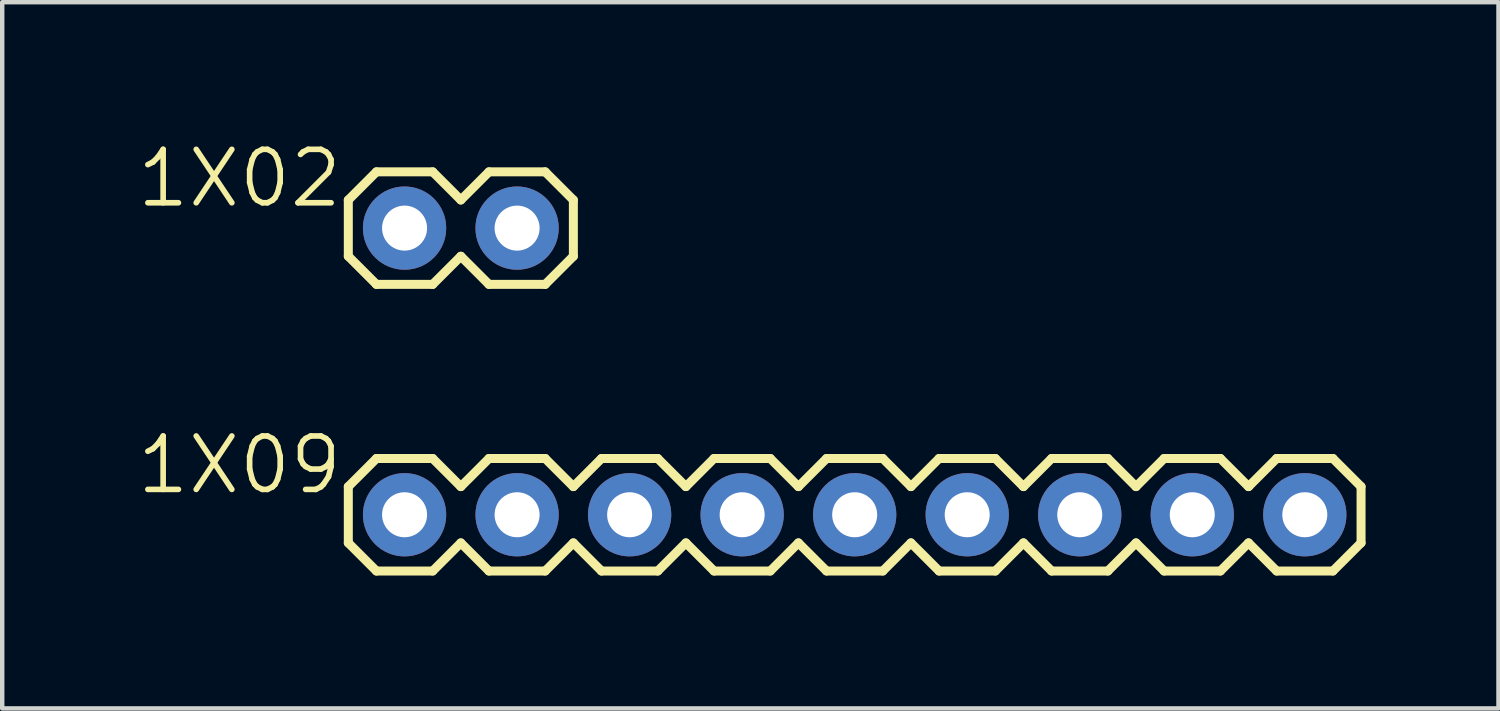
<source format=kicad_pcb>
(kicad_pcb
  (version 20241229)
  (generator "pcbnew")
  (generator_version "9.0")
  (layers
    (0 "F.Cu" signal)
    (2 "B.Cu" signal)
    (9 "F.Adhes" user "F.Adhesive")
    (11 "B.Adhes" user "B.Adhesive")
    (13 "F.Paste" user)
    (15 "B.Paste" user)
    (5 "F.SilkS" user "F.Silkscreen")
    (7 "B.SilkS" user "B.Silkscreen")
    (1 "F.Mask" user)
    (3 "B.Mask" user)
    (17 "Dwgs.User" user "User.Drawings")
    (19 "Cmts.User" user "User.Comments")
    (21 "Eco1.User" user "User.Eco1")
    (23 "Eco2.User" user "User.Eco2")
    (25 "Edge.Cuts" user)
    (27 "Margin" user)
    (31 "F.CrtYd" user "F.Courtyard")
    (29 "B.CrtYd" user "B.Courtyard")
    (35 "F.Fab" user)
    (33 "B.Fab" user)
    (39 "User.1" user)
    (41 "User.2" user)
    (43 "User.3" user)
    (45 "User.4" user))
  (footprint "1X09"
    (layer "F.Cu")
    (at 6.082 8.569)
    (property "Reference" "1X09" (at -1.346 -1.829 0) (layer "F.SilkS") (effects (font (size 1.206 1.206) (thickness 0.127)) (justify right top)))
    (attr through_hole)
    (fp_line (start -1.27 -0.635) (end -1.27 0.635) (stroke (width 0.203) (type solid)) (layer "F.SilkS"))
    (fp_line (start -1.27 0.635) (end -0.635 1.27) (stroke (width 0.203) (type solid)) (layer "F.SilkS"))
    (fp_line (start -0.635 -1.27) (end -1.27 -0.635) (stroke (width 0.203) (type solid)) (layer "F.SilkS"))
    (fp_line (start -0.635 -1.27) (end 0.635 -1.27) (stroke (width 0.203) (type solid)) (layer "F.SilkS"))
    (fp_line (start 0.635 -1.27) (end 1.27 -0.635) (stroke (width 0.203) (type solid)) (layer "F.SilkS"))
    (fp_line (start 0.635 1.27) (end -0.635 1.27) (stroke (width 0.203) (type solid)) (layer "F.SilkS"))
    (fp_line (start 1.27 -0.635) (end 1.905 -1.27) (stroke (width 0.203) (type solid)) (layer "F.SilkS"))
    (fp_line (start 1.27 0.635) (end 0.635 1.27) (stroke (width 0.203) (type solid)) (layer "F.SilkS"))
    (fp_line (start 1.905 -1.27) (end 3.175 -1.27) (stroke (width 0.203) (type solid)) (layer "F.SilkS"))
    (fp_line (start 1.905 1.27) (end 1.27 0.635) (stroke (width 0.203) (type solid)) (layer "F.SilkS"))
    (fp_line (start 3.175 -1.27) (end 3.81 -0.635) (stroke (width 0.203) (type solid)) (layer "F.SilkS"))
    (fp_line (start 3.175 1.27) (end 1.905 1.27) (stroke (width 0.203) (type solid)) (layer "F.SilkS"))
    (fp_line (start 3.81 -0.635) (end 4.445 -1.27) (stroke (width 0.203) (type solid)) (layer "F.SilkS"))
    (fp_line (start 3.81 0.635) (end 3.175 1.27) (stroke (width 0.203) (type solid)) (layer "F.SilkS"))
    (fp_line (start 4.445 -1.27) (end 5.715 -1.27) (stroke (width 0.203) (type solid)) (layer "F.SilkS"))
    (fp_line (start 4.445 1.27) (end 3.81 0.635) (stroke (width 0.203) (type solid)) (layer "F.SilkS"))
    (fp_line (start 5.715 -1.27) (end 6.35 -0.635) (stroke (width 0.203) (type solid)) (layer "F.SilkS"))
    (fp_line (start 5.715 1.27) (end 4.445 1.27) (stroke (width 0.203) (type solid)) (layer "F.SilkS"))
    (fp_line (start 6.35 0.635) (end 5.715 1.27) (stroke (width 0.203) (type solid)) (layer "F.SilkS"))
    (fp_line (start 6.35 0.635) (end 6.985 1.27) (stroke (width 0.203) (type solid)) (layer "F.SilkS"))
    (fp_line (start 6.985 -1.27) (end 6.35 -0.635) (stroke (width 0.203) (type solid)) (layer "F.SilkS"))
    (fp_line (start 6.985 -1.27) (end 8.255 -1.27) (stroke (width 0.203) (type solid)) (layer "F.SilkS"))
    (fp_line (start 8.255 -1.27) (end 8.89 -0.635) (stroke (width 0.203) (type solid)) (layer "F.SilkS"))
    (fp_line (start 8.255 1.27) (end 6.985 1.27) (stroke (width 0.203) (type solid)) (layer "F.SilkS"))
    (fp_line (start 8.89 -0.635) (end 9.525 -1.27) (stroke (width 0.203) (type solid)) (layer "F.SilkS"))
    (fp_line (start 8.89 0.635) (end 8.255 1.27) (stroke (width 0.203) (type solid)) (layer "F.SilkS"))
    (fp_line (start 9.525 -1.27) (end 10.795 -1.27) (stroke (width 0.203) (type solid)) (layer "F.SilkS"))
    (fp_line (start 9.525 1.27) (end 8.89 0.635) (stroke (width 0.203) (type solid)) (layer "F.SilkS"))
    (fp_line (start 10.795 -1.27) (end 11.43 -0.635) (stroke (width 0.203) (type solid)) (layer "F.SilkS"))
    (fp_line (start 10.795 1.27) (end 9.525 1.27) (stroke (width 0.203) (type solid)) (layer "F.SilkS"))
    (fp_line (start 11.43 -0.635) (end 12.065 -1.27) (stroke (width 0.203) (type solid)) (layer "F.SilkS"))
    (fp_line (start 11.43 0.635) (end 10.795 1.27) (stroke (width 0.203) (type solid)) (layer "F.SilkS"))
    (fp_line (start 12.065 -1.27) (end 13.335 -1.27) (stroke (width 0.203) (type solid)) (layer "F.SilkS"))
    (fp_line (start 12.065 1.27) (end 11.43 0.635) (stroke (width 0.203) (type solid)) (layer "F.SilkS"))
    (fp_line (start 13.335 -1.27) (end 13.97 -0.635) (stroke (width 0.203) (type solid)) (layer "F.SilkS"))
    (fp_line (start 13.335 1.27) (end 12.065 1.27) (stroke (width 0.203) (type solid)) (layer "F.SilkS"))
    (fp_line (start 13.97 0.635) (end 13.335 1.27) (stroke (width 0.203) (type solid)) (layer "F.SilkS"))
    (fp_line (start 13.97 0.635) (end 14.605 1.27) (stroke (width 0.203) (type solid)) (layer "F.SilkS"))
    (fp_line (start 14.605 -1.27) (end 13.97 -0.635) (stroke (width 0.203) (type solid)) (layer "F.SilkS"))
    (fp_line (start 14.605 -1.27) (end 15.875 -1.27) (stroke (width 0.203) (type solid)) (layer "F.SilkS"))
    (fp_line (start 15.875 -1.27) (end 16.51 -0.635) (stroke (width 0.203) (type solid)) (layer "F.SilkS"))
    (fp_line (start 15.875 1.27) (end 14.605 1.27) (stroke (width 0.203) (type solid)) (layer "F.SilkS"))
    (fp_line (start 16.51 0.635) (end 15.875 1.27) (stroke (width 0.203) (type solid)) (layer "F.SilkS"))
    (fp_line (start 16.51 0.635) (end 17.145 1.27) (stroke (width 0.203) (type solid)) (layer "F.SilkS"))
    (fp_line (start 17.145 -1.27) (end 16.51 -0.635) (stroke (width 0.203) (type solid)) (layer "F.SilkS"))
    (fp_line (start 17.145 -1.27) (end 18.415 -1.27) (stroke (width 0.203) (type solid)) (layer "F.SilkS"))
    (fp_line (start 18.415 -1.27) (end 19.05 -0.635) (stroke (width 0.203) (type solid)) (layer "F.SilkS"))
    (fp_line (start 18.415 1.27) (end 17.145 1.27) (stroke (width 0.203) (type solid)) (layer "F.SilkS"))
    (fp_line (start 19.05 0.635) (end 18.415 1.27) (stroke (width 0.203) (type solid)) (layer "F.SilkS"))
    (fp_line (start 19.05 0.635) (end 19.685 1.27) (stroke (width 0.203) (type solid)) (layer "F.SilkS"))
    (fp_line (start 19.685 -1.27) (end 19.05 -0.635) (stroke (width 0.203) (type solid)) (layer "F.SilkS"))
    (fp_line (start 19.685 -1.27) (end 20.955 -1.27) (stroke (width 0.203) (type solid)) (layer "F.SilkS"))
    (fp_line (start 20.955 -1.27) (end 21.59 -0.635) (stroke (width 0.203) (type solid)) (layer "F.SilkS"))
    (fp_line (start 20.955 1.27) (end 19.685 1.27) (stroke (width 0.203) (type solid)) (layer "F.SilkS"))
    (fp_line (start 21.59 -0.635) (end 21.59 0.635) (stroke (width 0.203) (type solid)) (layer "F.SilkS"))
    (fp_line (start 21.59 0.635) (end 20.955 1.27) (stroke (width 0.203) (type solid)) (layer "F.SilkS"))
    (fp_poly (pts (xy -0.254 0.254) (xy 0.254 0.254) (xy 0.254 -0.254) (xy -0.254 -0.254)) (stroke (width 0.1) (type solid)) (fill no) (layer "F.Fab"))
    (fp_poly (pts (xy 2.286 0.254) (xy 2.794 0.254) (xy 2.794 -0.254) (xy 2.286 -0.254)) (stroke (width 0.1) (type solid)) (fill no) (layer "F.Fab"))
    (fp_poly (pts (xy 4.826 0.254) (xy 5.334 0.254) (xy 5.334 -0.254) (xy 4.826 -0.254)) (stroke (width 0.1) (type solid)) (fill no) (layer "F.Fab"))
    (fp_poly (pts (xy 7.366 0.254) (xy 7.874 0.254) (xy 7.874 -0.254) (xy 7.366 -0.254)) (stroke (width 0.1) (type solid)) (fill no) (layer "F.Fab"))
    (fp_poly (pts (xy 9.906 0.254) (xy 10.414 0.254) (xy 10.414 -0.254) (xy 9.906 -0.254)) (stroke (width 0.1) (type solid)) (fill no) (layer "F.Fab"))
    (fp_poly (pts (xy 12.446 0.254) (xy 12.954 0.254) (xy 12.954 -0.254) (xy 12.446 -0.254)) (stroke (width 0.1) (type solid)) (fill no) (layer "F.Fab"))
    (fp_poly (pts (xy 14.986 0.254) (xy 15.494 0.254) (xy 15.494 -0.254) (xy 14.986 -0.254)) (stroke (width 0.1) (type solid)) (fill no) (layer "F.Fab"))
    (fp_poly (pts (xy 17.526 0.254) (xy 18.034 0.254) (xy 18.034 -0.254) (xy 17.526 -0.254)) (stroke (width 0.1) (type solid)) (fill no) (layer "F.Fab"))
    (fp_poly (pts (xy 20.066 0.254) (xy 20.574 0.254) (xy 20.574 -0.254) (xy 20.066 -0.254)) (stroke (width 0.1) (type solid)) (fill no) (layer "F.Fab"))
    (pad "1" thru_hole circle (at 0 0 90) (size 1.88 1.88) (drill 1.016) (layers "*.Cu" "*.Mask"))
    (pad "2" thru_hole circle (at 2.54 0 90) (size 1.88 1.88) (drill 1.016) (layers "*.Cu" "*.Mask"))
    (pad "3" thru_hole circle (at 5.08 0 90) (size 1.88 1.88) (drill 1.016) (layers "*.Cu" "*.Mask"))
    (pad "4" thru_hole circle (at 7.62 0 90) (size 1.88 1.88) (drill 1.016) (layers "*.Cu" "*.Mask"))
    (pad "5" thru_hole circle (at 10.16 0 90) (size 1.88 1.88) (drill 1.016) (layers "*.Cu" "*.Mask"))
    (pad "6" thru_hole circle (at 12.7 0 90) (size 1.88 1.88) (drill 1.016) (layers "*.Cu" "*.Mask"))
    (pad "7" thru_hole circle (at 15.24 0 90) (size 1.88 1.88) (drill 1.016) (layers "*.Cu" "*.Mask"))
    (pad "8" thru_hole circle (at 17.78 0 90) (size 1.88 1.88) (drill 1.016) (layers "*.Cu" "*.Mask"))
    (pad "9" thru_hole circle (at 20.32 0 90) (size 1.88 1.88) (drill 1.016) (layers "*.Cu" "*.Mask")))
  (footprint "1X02"
    (layer "F.Cu")
    (at 6.082 2.099)
    (property "Reference" "1X02" (at -1.346 -1.829 0) (layer "F.SilkS") (effects (font (size 1.206 1.206) (thickness 0.127)) (justify right top)))
    (attr through_hole)
    (fp_line (start -1.27 -0.635) (end -1.27 0.635) (stroke (width 0.203) (type solid)) (layer "F.SilkS"))
    (fp_line (start -1.27 0.635) (end -0.635 1.27) (stroke (width 0.203) (type solid)) (layer "F.SilkS"))
    (fp_line (start -0.635 -1.27) (end -1.27 -0.635) (stroke (width 0.203) (type solid)) (layer "F.SilkS"))
    (fp_line (start -0.635 -1.27) (end 0.635 -1.27) (stroke (width 0.203) (type solid)) (layer "F.SilkS"))
    (fp_line (start 0.635 -1.27) (end 1.27 -0.635) (stroke (width 0.203) (type solid)) (layer "F.SilkS"))
    (fp_line (start 0.635 1.27) (end -0.635 1.27) (stroke (width 0.203) (type solid)) (layer "F.SilkS"))
    (fp_line (start 1.27 -0.635) (end 1.905 -1.27) (stroke (width 0.203) (type solid)) (layer "F.SilkS"))
    (fp_line (start 1.27 0.635) (end 0.635 1.27) (stroke (width 0.203) (type solid)) (layer "F.SilkS"))
    (fp_line (start 1.905 -1.27) (end 3.175 -1.27) (stroke (width 0.203) (type solid)) (layer "F.SilkS"))
    (fp_line (start 1.905 1.27) (end 1.27 0.635) (stroke (width 0.203) (type solid)) (layer "F.SilkS"))
    (fp_line (start 3.175 -1.27) (end 3.81 -0.635) (stroke (width 0.203) (type solid)) (layer "F.SilkS"))
    (fp_line (start 3.175 1.27) (end 1.905 1.27) (stroke (width 0.203) (type solid)) (layer "F.SilkS"))
    (fp_line (start 3.81 -0.635) (end 3.81 0.635) (stroke (width 0.203) (type solid)) (layer "F.SilkS"))
    (fp_line (start 3.81 0.635) (end 3.175 1.27) (stroke (width 0.203) (type solid)) (layer "F.SilkS"))
    (fp_poly (pts (xy -0.254 0.254) (xy 0.254 0.254) (xy 0.254 -0.254) (xy -0.254 -0.254)) (stroke (width 0.1) (type solid)) (fill no) (layer "F.Fab"))
    (fp_poly (pts (xy 2.286 0.254) (xy 2.794 0.254) (xy 2.794 -0.254) (xy 2.286 -0.254)) (stroke (width 0.1) (type solid)) (fill no) (layer "F.Fab"))
    (pad "1" thru_hole circle (at 0 0 90) (size 1.88 1.88) (drill 1.016) (layers "*.Cu" "*.Mask"))
    (pad "2" thru_hole circle (at 2.54 0 90) (size 1.88 1.88) (drill 1.016) (layers "*.Cu" "*.Mask")))
  (gr_rect
    (start -3 -3)
    (end 30.774 12.941)
    (stroke (width 0.1) (type default))
    (fill no)
    (layer "Edge.Cuts")))
</source>
